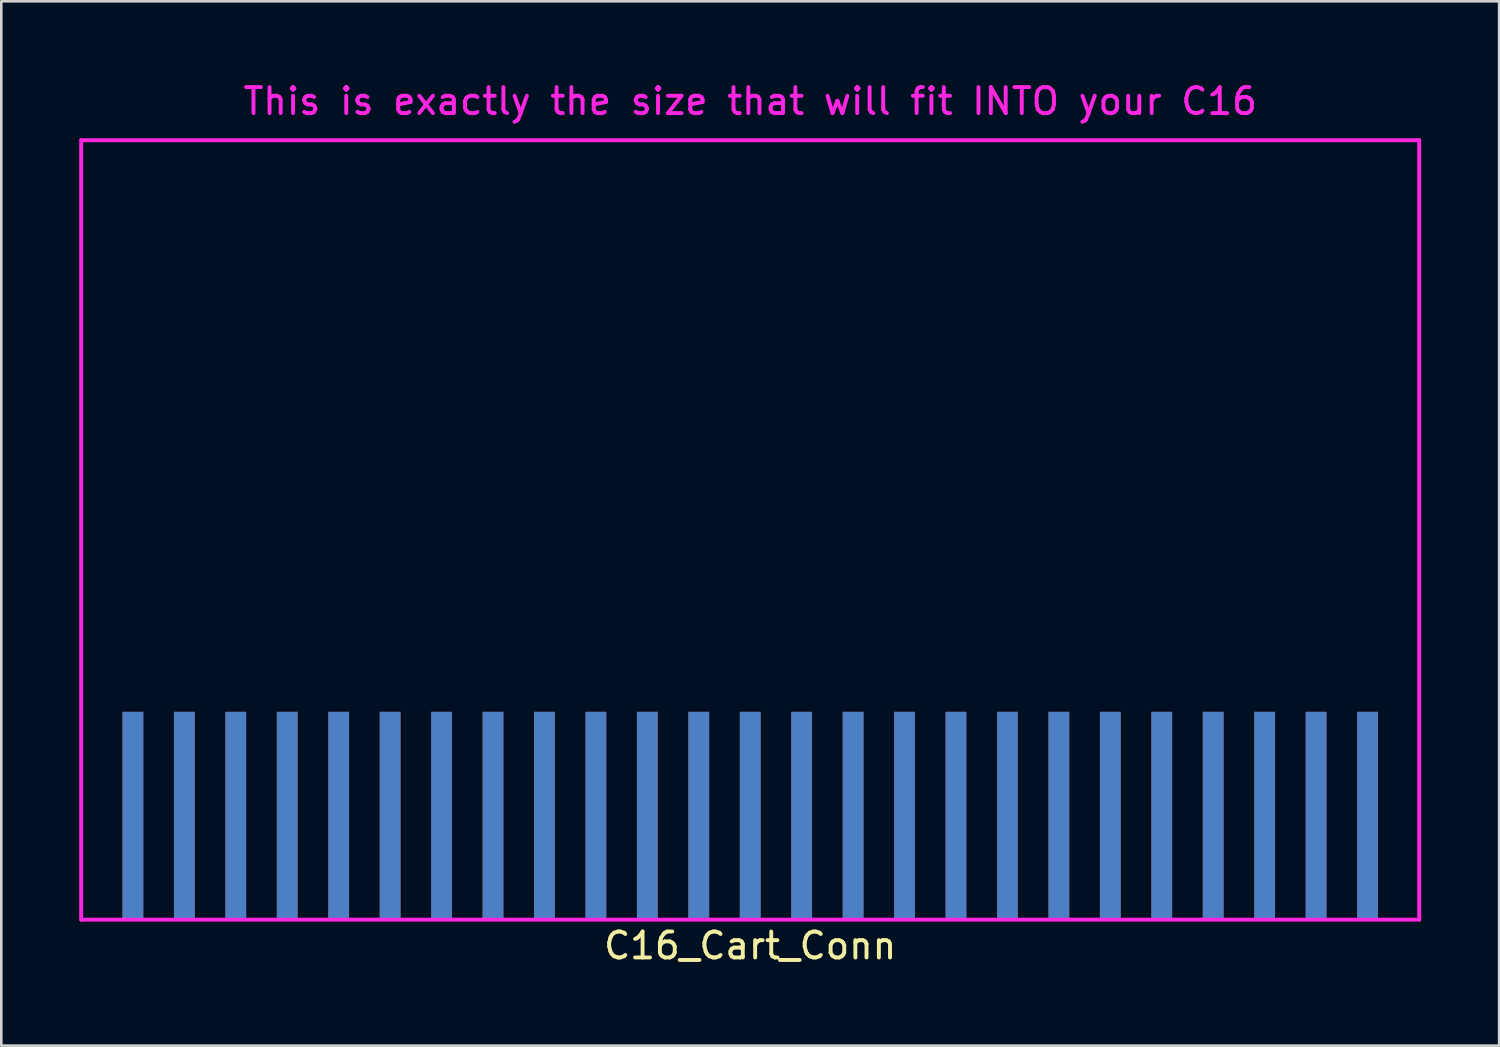
<source format=kicad_pcb>
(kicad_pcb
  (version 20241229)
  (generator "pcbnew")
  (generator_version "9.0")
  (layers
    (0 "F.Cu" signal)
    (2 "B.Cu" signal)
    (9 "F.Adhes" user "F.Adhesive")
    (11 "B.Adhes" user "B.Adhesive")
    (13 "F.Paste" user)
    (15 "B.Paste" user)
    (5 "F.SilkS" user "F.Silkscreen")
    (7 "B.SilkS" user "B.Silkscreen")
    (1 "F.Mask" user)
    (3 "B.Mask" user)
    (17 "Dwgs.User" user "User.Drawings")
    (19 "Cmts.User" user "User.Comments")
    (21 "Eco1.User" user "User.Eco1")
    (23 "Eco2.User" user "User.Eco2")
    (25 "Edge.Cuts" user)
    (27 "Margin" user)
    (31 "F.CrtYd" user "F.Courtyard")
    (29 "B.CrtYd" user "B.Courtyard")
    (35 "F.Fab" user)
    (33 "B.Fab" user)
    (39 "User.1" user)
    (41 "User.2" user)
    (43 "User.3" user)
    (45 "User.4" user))
  (footprint "C16_Cart_Conn"
    (layer "F.Cu")
    (at 25.825 28.348)
    (property "Reference" "C16_Cart_Conn" (at 0 5 0) (layer "F.SilkS") (effects (font (size 1 1) (thickness 0.15))))
    (attr through_hole)
    (fp_line (start -25.75 -26) (end -25.75 4) (stroke (width 0.15) (type solid)) (layer "F.CrtYd"))
    (fp_line (start -25.75 4) (end 25.75 4) (stroke (width 0.15) (type solid)) (layer "F.CrtYd"))
    (fp_line (start 25.75 -26) (end -25.75 -26) (stroke (width 0.15) (type solid)) (layer "F.CrtYd"))
    (fp_line (start 25.75 4) (end 25.75 -26) (stroke (width 0.15) (type solid)) (layer "F.CrtYd"))
    (fp_text user "This is exactly the size that will fit INTO your C16" (at 0 -27.5 0) (layer "F.CrtYd") (effects (font (size 1 1) (thickness 0.15))))
    (pad "" smd rect (at 0 0) (size 51.5 8) (layers "F.Mask"))
    (pad "" smd rect (at 0 0) (size 51.5 8) (layers "B.Mask"))
    (pad "1" smd rect (at -23.76 0) (size 0.8 8) (layers "F.Cu"))
    (pad "2" smd rect (at -21.78 0) (size 0.8 8) (layers "F.Cu"))
    (pad "3" smd rect (at -19.8 0) (size 0.8 8) (layers "F.Cu"))
    (pad "4" smd rect (at -17.82 0) (size 0.8 8) (layers "F.Cu"))
    (pad "5" smd rect (at -15.84 0) (size 0.8 8) (layers "F.Cu"))
    (pad "6" smd rect (at -13.86 0) (size 0.8 8) (layers "F.Cu"))
    (pad "7" smd rect (at -11.88 0) (size 0.8 8) (layers "F.Cu"))
    (pad "8" smd rect (at -9.9 0) (size 0.8 8) (layers "F.Cu"))
    (pad "9" smd rect (at -7.92 0) (size 0.8 8) (layers "F.Cu"))
    (pad "10" smd rect (at -5.94 0) (size 0.8 8) (layers "F.Cu"))
    (pad "11" smd rect (at -3.96 0) (size 0.8 8) (layers "F.Cu"))
    (pad "12" smd rect (at -1.98 0) (size 0.8 8) (layers "F.Cu"))
    (pad "13" smd rect (at 0 0) (size 0.8 8) (layers "F.Cu"))
    (pad "14" smd rect (at 1.98 0) (size 0.8 8) (layers "F.Cu"))
    (pad "15" smd rect (at 3.96 0) (size 0.8 8) (layers "F.Cu"))
    (pad "16" smd rect (at 5.94 0) (size 0.8 8) (layers "F.Cu"))
    (pad "17" smd rect (at 7.92 0) (size 0.8 8) (layers "F.Cu"))
    (pad "18" smd rect (at 9.9 0) (size 0.8 8) (layers "F.Cu"))
    (pad "19" smd rect (at 11.88 0) (size 0.8 8) (layers "F.Cu"))
    (pad "20" smd rect (at 13.86 0) (size 0.8 8) (layers "F.Cu"))
    (pad "21" smd rect (at 15.84 0) (size 0.8 8) (layers "F.Cu"))
    (pad "22" smd rect (at 17.82 0) (size 0.8 8) (layers "F.Cu"))
    (pad "23" smd rect (at 19.8 0) (size 0.8 8) (layers "F.Cu"))
    (pad "24" smd rect (at 21.78 0) (size 0.8 8) (layers "F.Cu"))
    (pad "25" smd rect (at 23.76 0) (size 0.8 8) (layers "F.Cu"))
    (pad "A" smd rect (at -23.76 0) (size 0.8 8) (layers "B.Cu"))
    (pad "AA" smd rect (at 19.8 0) (size 0.8 8) (layers "B.Cu"))
    (pad "B" smd rect (at -21.78 0) (size 0.8 8) (layers "B.Cu"))
    (pad "BB" smd rect (at 21.78 0) (size 0.8 8) (layers "B.Cu"))
    (pad "C" smd rect (at -19.8 0) (size 0.8 8) (layers "B.Cu"))
    (pad "CC" smd rect (at 23.76 0) (size 0.8 8) (layers "B.Cu"))
    (pad "D" smd rect (at -17.82 0) (size 0.8 8) (layers "B.Cu"))
    (pad "E" smd rect (at -15.84 0) (size 0.8 8) (layers "B.Cu"))
    (pad "F" smd rect (at -13.86 0) (size 0.8 8) (layers "B.Cu"))
    (pad "H" smd rect (at -11.88 0) (size 0.8 8) (layers "B.Cu"))
    (pad "J" smd rect (at -9.9 0) (size 0.8 8) (layers "B.Cu"))
    (pad "K" smd rect (at -7.92 0) (size 0.8 8) (layers "B.Cu"))
    (pad "L" smd rect (at -5.94 0) (size 0.8 8) (layers "B.Cu"))
    (pad "M" smd rect (at -3.96 0) (size 0.8 8) (layers "B.Cu"))
    (pad "N" smd rect (at -1.98 0) (size 0.8 8) (layers "B.Cu"))
    (pad "P" smd rect (at 0 0) (size 0.8 8) (layers "B.Cu"))
    (pad "R" smd rect (at 1.98 0) (size 0.8 8) (layers "B.Cu"))
    (pad "S" smd rect (at 3.96 0) (size 0.8 8) (layers "B.Cu"))
    (pad "T" smd rect (at 5.94 0) (size 0.8 8) (layers "B.Cu"))
    (pad "U" smd rect (at 7.92 0) (size 0.8 8) (layers "B.Cu"))
    (pad "V" smd rect (at 9.9 0) (size 0.8 8) (layers "B.Cu"))
    (pad "W" smd rect (at 11.88 0) (size 0.8 8) (layers "B.Cu"))
    (pad "X" smd rect (at 13.86 0) (size 0.8 8) (layers "B.Cu"))
    (pad "Y" smd rect (at 15.84 0) (size 0.8 8) (layers "B.Cu"))
    (pad "Z" smd rect (at 17.82 0) (size 0.8 8) (layers "B.Cu")))
  (gr_rect
    (start -3 -3)
    (end 54.65 37.197)
    (stroke (width 0.1) (type default))
    (fill no)
    (layer "Edge.Cuts")))
</source>
